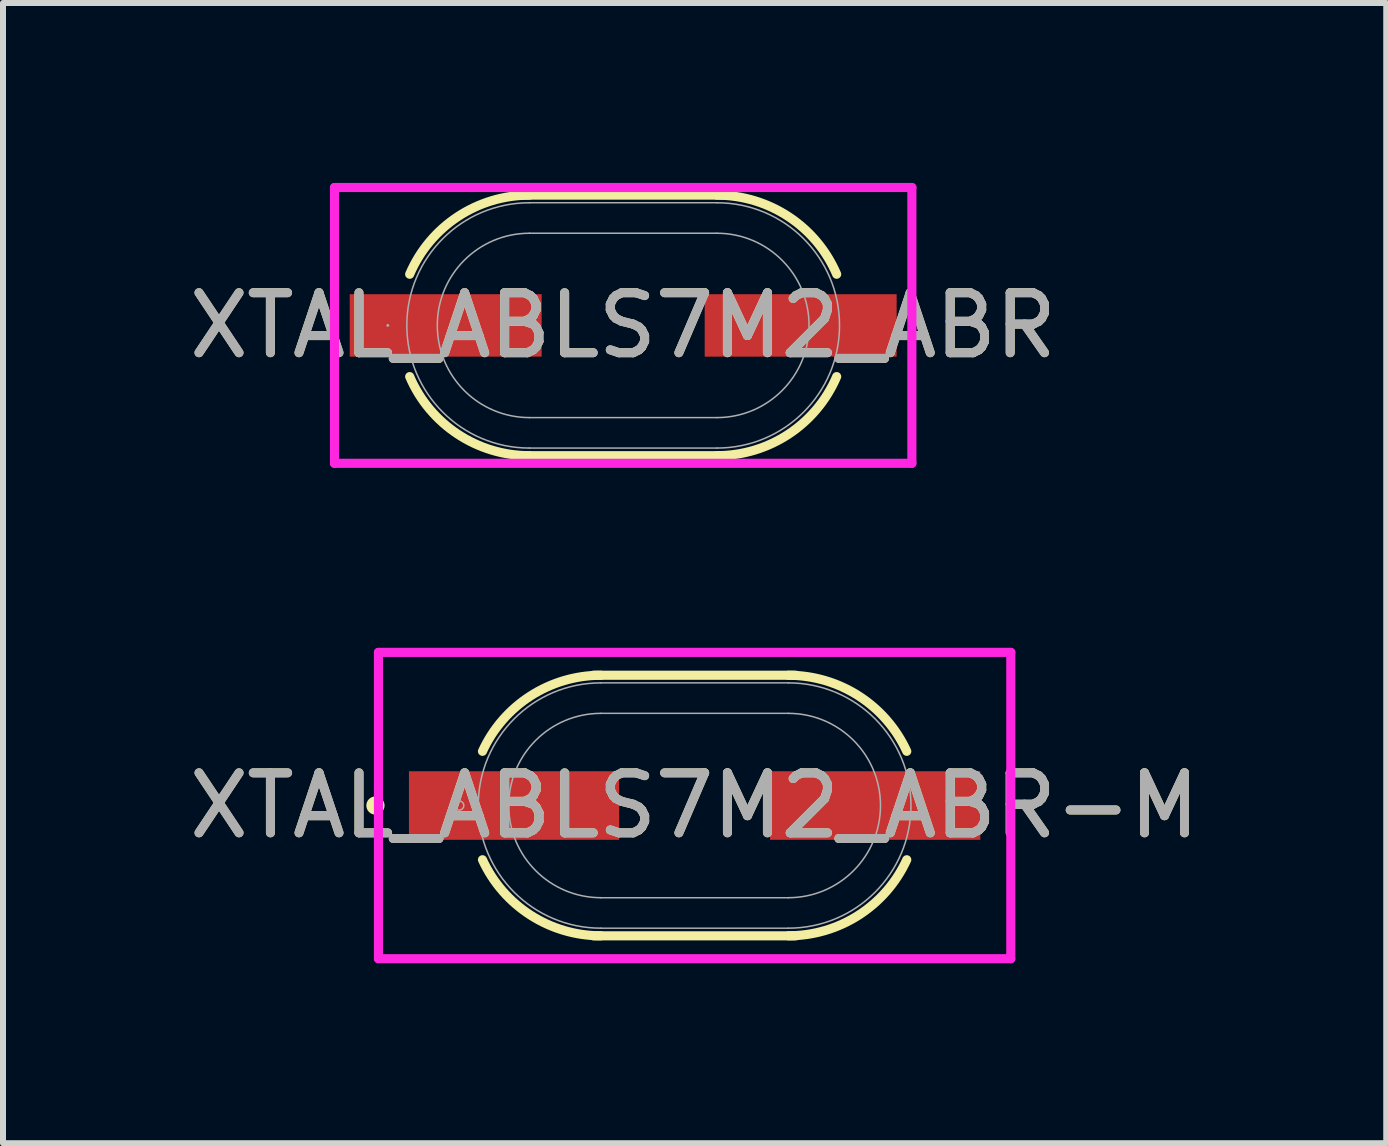
<source format=kicad_pcb>
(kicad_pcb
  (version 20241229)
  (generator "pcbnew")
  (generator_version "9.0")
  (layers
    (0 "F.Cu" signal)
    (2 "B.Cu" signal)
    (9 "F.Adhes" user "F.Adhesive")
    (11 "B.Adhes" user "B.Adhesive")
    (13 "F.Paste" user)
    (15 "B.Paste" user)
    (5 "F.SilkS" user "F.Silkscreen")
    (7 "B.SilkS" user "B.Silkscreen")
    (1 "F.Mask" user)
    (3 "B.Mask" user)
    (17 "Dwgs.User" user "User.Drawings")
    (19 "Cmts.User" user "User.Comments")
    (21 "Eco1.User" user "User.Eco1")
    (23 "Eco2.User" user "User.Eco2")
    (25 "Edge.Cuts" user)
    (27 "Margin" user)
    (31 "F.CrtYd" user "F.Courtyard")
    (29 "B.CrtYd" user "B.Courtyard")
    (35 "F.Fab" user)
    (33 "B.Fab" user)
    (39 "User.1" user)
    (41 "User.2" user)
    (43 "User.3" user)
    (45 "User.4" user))
  (footprint "XTAL_ABLS7M2_ABR-M"
    (layer "F.Cu")
    (at 8.53 10.379)
    (property "Reference" "XTAL_ABLS7M2_ABR-M" (at 0 0 0) (unlocked yes) (layer "F.SilkS") (effects (font (size 1 1) (thickness 0.15))))
    (attr smd)
    (fp_line (start -1.689 -2.172) (end 1.689 -2.172) (stroke (width 0.152) (type solid)) (layer "F.SilkS"))
    (fp_line (start 1.689 2.172) (end -1.689 2.172) (stroke (width 0.152) (type solid)) (layer "F.SilkS"))
    (fp_arc (start -3.536595 -0.90424) (mid -2.735246 -1.827569) (end -1.5621 -2.1717) (stroke (width 0.1524) (type solid)) (layer "F.SilkS"))
    (fp_arc (start -1.5621 2.1717) (mid -2.735246 1.827569) (end -3.536595 0.90424) (stroke (width 0.1524) (type solid)) (layer "F.SilkS"))
    (fp_arc (start 1.5621 -2.1717) (mid 2.735246 -1.827569) (end 3.536595 -0.90424) (stroke (width 0.1524) (type solid)) (layer "F.SilkS"))
    (fp_arc (start 3.536595 0.90424) (mid 2.735246 1.827569) (end 1.5621 2.1717) (stroke (width 0.1524) (type solid)) (layer "F.SilkS"))
    (fp_circle (center -5.321 0) (end -5.245 0) (stroke (width 0.152) (type solid)) (fill no) (layer "F.SilkS"))
    (fp_line (start -5.271 -2.553) (end 5.271 -2.553) (stroke (width 0.152) (type solid)) (layer "F.CrtYd"))
    (fp_line (start -5.271 2.553) (end -5.271 -2.553) (stroke (width 0.152) (type solid)) (layer "F.CrtYd"))
    (fp_line (start 5.271 -2.553) (end 5.271 2.553) (stroke (width 0.152) (type solid)) (layer "F.CrtYd"))
    (fp_line (start 5.271 2.553) (end -5.271 2.553) (stroke (width 0.152) (type solid)) (layer "F.CrtYd"))
    (fp_line (start -1.562 -2.045) (end 1.562 -2.045) (stroke (width 0.025) (type solid)) (layer "F.Fab"))
    (fp_line (start -1.562 -1.537) (end 1.562 -1.537) (stroke (width 0.025) (type solid)) (layer "F.Fab"))
    (fp_line (start 1.562 1.537) (end -1.562 1.537) (stroke (width 0.025) (type solid)) (layer "F.Fab"))
    (fp_line (start 1.562 2.045) (end -1.562 2.045) (stroke (width 0.025) (type solid)) (layer "F.Fab"))
    (fp_arc (start -1.5621 1.5367) (mid -3.0988 0) (end -1.5621 -1.5367) (stroke (width 0.0254) (type solid)) (layer "F.Fab"))
    (fp_arc (start -1.5621 2.0447) (mid -3.6068 0) (end -1.5621 -2.0447) (stroke (width 0.0254) (type solid)) (layer "F.Fab"))
    (fp_arc (start 1.5621 -2.0447) (mid 3.6068 0) (end 1.5621 2.0447) (stroke (width 0.0254) (type solid)) (layer "F.Fab"))
    (fp_arc (start 1.5621 -1.5367) (mid 3.0988 0) (end 1.5621 1.5367) (stroke (width 0.0254) (type solid)) (layer "F.Fab"))
    (fp_circle (center -3.924 0) (end -3.848 0) (stroke (width 0.025) (type solid)) (fill no) (layer "F.Fab"))
    (fp_text user "${REFERENCE}" (at 0 0 0) (unlocked yes) (layer "F.Fab") (effects (font (size 1 1) (thickness 0.15))))
    (pad "1" smd rect (at -3.01 0 90) (size 1.143 3.505) (layers "F.Cu" "F.Mask" "F.Paste"))
    (pad "2" smd rect (at 3.01 0 90) (size 1.143 3.505) (layers "F.Cu" "F.Mask" "F.Paste")))
  (footprint "XTAL_ABLS7M2_ABR"
    (layer "F.Cu")
    (at 7.339 2.375)
    (property "Reference" "XTAL_ABLS7M2_ABR" (at 0 0 0) (unlocked yes) (layer "F.SilkS") (effects (font (size 1 1) (thickness 0.15))))
    (attr smd)
    (fp_line (start -1.689 -2.172) (end 1.689 -2.172) (stroke (width 0.152) (type solid)) (layer "F.SilkS"))
    (fp_line (start 1.689 2.172) (end -1.689 2.172) (stroke (width 0.152) (type solid)) (layer "F.SilkS"))
    (fp_arc (start -3.559078 -0.85344) (mid -2.758525 -1.812415) (end -1.5621 -2.1717) (stroke (width 0.1524) (type solid)) (layer "F.SilkS"))
    (fp_arc (start -1.562102 2.1717) (mid -2.758526 1.812414) (end -3.559078 0.85344) (stroke (width 0.1524) (type solid)) (layer "F.SilkS"))
    (fp_arc (start 1.5621 -2.1717) (mid 2.758525 -1.812415) (end 3.559078 -0.85344) (stroke (width 0.1524) (type solid)) (layer "F.SilkS"))
    (fp_arc (start 3.559078 0.85344) (mid 2.758525 1.812415) (end 1.5621 2.1717) (stroke (width 0.1524) (type solid)) (layer "F.SilkS"))
    (fp_line (start -4.813 -2.299) (end 4.813 -2.299) (stroke (width 0.152) (type solid)) (layer "F.CrtYd"))
    (fp_line (start -4.813 2.299) (end -4.813 -2.299) (stroke (width 0.152) (type solid)) (layer "F.CrtYd"))
    (fp_line (start 4.813 -2.299) (end 4.813 2.299) (stroke (width 0.152) (type solid)) (layer "F.CrtYd"))
    (fp_line (start 4.813 2.299) (end -4.813 2.299) (stroke (width 0.152) (type solid)) (layer "F.CrtYd"))
    (fp_line (start -1.562 -2.045) (end 1.562 -2.045) (stroke (width 0.025) (type solid)) (layer "F.Fab"))
    (fp_line (start -1.562 -1.537) (end 1.562 -1.537) (stroke (width 0.025) (type solid)) (layer "F.Fab"))
    (fp_line (start 1.562 1.537) (end -1.562 1.537) (stroke (width 0.025) (type solid)) (layer "F.Fab"))
    (fp_line (start 1.562 2.045) (end -1.562 2.045) (stroke (width 0.025) (type solid)) (layer "F.Fab"))
    (fp_arc (start -1.5621 1.5367) (mid -3.0988 0) (end -1.5621 -1.5367) (stroke (width 0.0254) (type solid)) (layer "F.Fab"))
    (fp_arc (start -1.5621 2.0447) (mid -3.6068 0) (end -1.5621 -2.0447) (stroke (width 0.0254) (type solid)) (layer "F.Fab"))
    (fp_arc (start 1.5621 -2.0447) (mid 3.6068 0) (end 1.5621 2.0447) (stroke (width 0.0254) (type solid)) (layer "F.Fab"))
    (fp_arc (start 1.5621 -1.5367) (mid 3.0988 0) (end 1.5621 1.5367) (stroke (width 0.0254) (type solid)) (layer "F.Fab"))
    (fp_circle (center -3.924 0) (end -3.924 0) (stroke (width 0.025) (type solid)) (fill no) (layer "F.Fab"))
    (fp_text user "${REFERENCE}" (at 0 0 0) (unlocked yes) (layer "F.Fab") (effects (font (size 1 1) (thickness 0.15))))
    (pad "1" smd rect (at -2.959 0 90) (size 1.041 3.2) (layers "F.Cu" "F.Mask" "F.Paste"))
    (pad "2" smd rect (at 2.959 0 90) (size 1.041 3.2) (layers "F.Cu" "F.Mask" "F.Paste")))
  (gr_rect
    (start -3 -3)
    (end 20.06 16.008)
    (stroke (width 0.1) (type default))
    (fill no)
    (layer "Edge.Cuts")))
</source>
